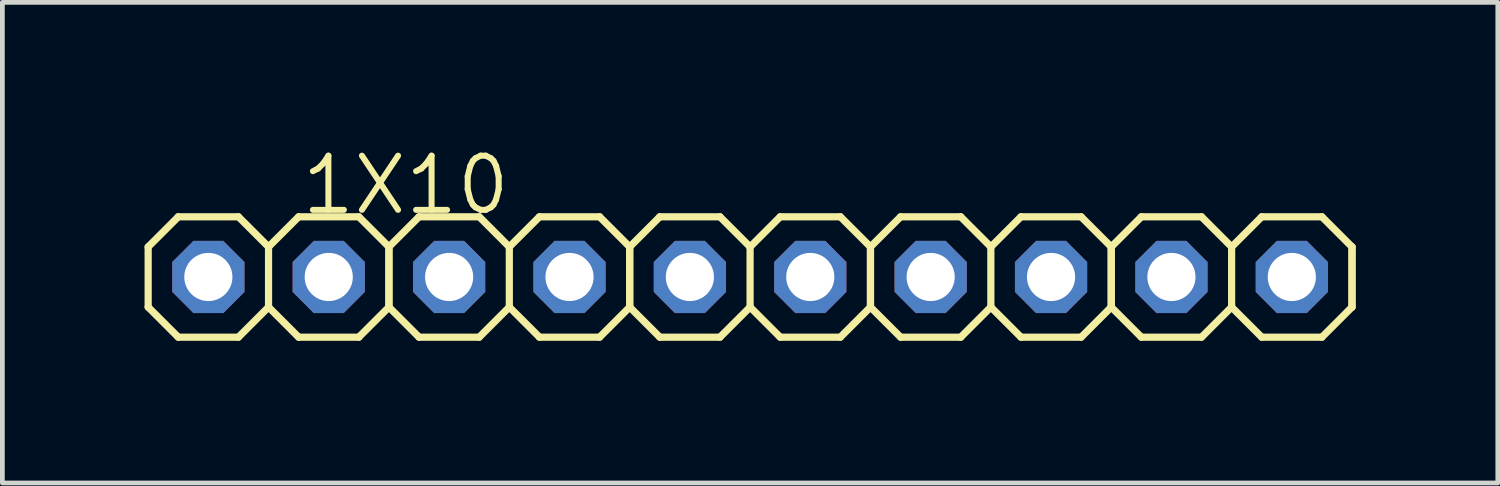
<source format=kicad_pcb>
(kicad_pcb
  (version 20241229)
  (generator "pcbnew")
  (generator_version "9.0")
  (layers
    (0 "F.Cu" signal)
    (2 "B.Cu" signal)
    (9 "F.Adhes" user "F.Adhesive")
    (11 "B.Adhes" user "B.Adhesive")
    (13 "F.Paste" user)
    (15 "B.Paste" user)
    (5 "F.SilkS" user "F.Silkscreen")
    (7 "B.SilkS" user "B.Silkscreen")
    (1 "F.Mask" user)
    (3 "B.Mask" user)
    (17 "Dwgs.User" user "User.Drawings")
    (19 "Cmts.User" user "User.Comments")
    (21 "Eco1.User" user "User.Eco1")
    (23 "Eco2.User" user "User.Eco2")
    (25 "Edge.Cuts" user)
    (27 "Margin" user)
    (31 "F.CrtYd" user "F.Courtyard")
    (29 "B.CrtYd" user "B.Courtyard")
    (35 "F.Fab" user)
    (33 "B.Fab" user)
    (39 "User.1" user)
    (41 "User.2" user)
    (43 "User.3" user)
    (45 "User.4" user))
  (footprint "1X10"
    (layer "F.Cu")
    (at 3.886 2.794)
    (property "Reference" "1X10" (at -0.635 -1.27 0) (layer "F.SilkS") (effects (font (size 1.143 1.143) (thickness 0.127)) (justify left bottom)))
    (attr through_hole)
    (fp_line (start -3.81 -0.635) (end -3.81 0.635) (stroke (width 0.152) (type solid)) (layer "F.SilkS"))
    (fp_line (start -3.81 0.635) (end -3.175 1.27) (stroke (width 0.152) (type solid)) (layer "F.SilkS"))
    (fp_line (start -3.175 -1.27) (end -3.81 -0.635) (stroke (width 0.152) (type solid)) (layer "F.SilkS"))
    (fp_line (start -3.175 -1.27) (end -1.905 -1.27) (stroke (width 0.152) (type solid)) (layer "F.SilkS"))
    (fp_line (start -1.905 -1.27) (end -1.27 -0.635) (stroke (width 0.152) (type solid)) (layer "F.SilkS"))
    (fp_line (start -1.905 1.27) (end -3.175 1.27) (stroke (width 0.152) (type solid)) (layer "F.SilkS"))
    (fp_line (start -1.27 -0.635) (end -1.27 0.635) (stroke (width 0.152) (type solid)) (layer "F.SilkS"))
    (fp_line (start -1.27 -0.635) (end -0.635 -1.27) (stroke (width 0.152) (type solid)) (layer "F.SilkS"))
    (fp_line (start -1.27 0.635) (end -1.905 1.27) (stroke (width 0.152) (type solid)) (layer "F.SilkS"))
    (fp_line (start -0.635 -1.27) (end 0.635 -1.27) (stroke (width 0.152) (type solid)) (layer "F.SilkS"))
    (fp_line (start -0.635 1.27) (end -1.27 0.635) (stroke (width 0.152) (type solid)) (layer "F.SilkS"))
    (fp_line (start 0.635 -1.27) (end 1.27 -0.635) (stroke (width 0.152) (type solid)) (layer "F.SilkS"))
    (fp_line (start 0.635 1.27) (end -0.635 1.27) (stroke (width 0.152) (type solid)) (layer "F.SilkS"))
    (fp_line (start 1.27 -0.635) (end 1.27 0.635) (stroke (width 0.152) (type solid)) (layer "F.SilkS"))
    (fp_line (start 1.27 -0.635) (end 1.27 0.635) (stroke (width 0.152) (type solid)) (layer "F.SilkS"))
    (fp_line (start 1.27 0.635) (end 0.635 1.27) (stroke (width 0.152) (type solid)) (layer "F.SilkS"))
    (fp_line (start 1.27 0.635) (end 1.905 1.27) (stroke (width 0.152) (type solid)) (layer "F.SilkS"))
    (fp_line (start 1.905 -1.27) (end 1.27 -0.635) (stroke (width 0.152) (type solid)) (layer "F.SilkS"))
    (fp_line (start 1.905 -1.27) (end 3.175 -1.27) (stroke (width 0.152) (type solid)) (layer "F.SilkS"))
    (fp_line (start 3.175 -1.27) (end 3.81 -0.635) (stroke (width 0.152) (type solid)) (layer "F.SilkS"))
    (fp_line (start 3.175 1.27) (end 1.905 1.27) (stroke (width 0.152) (type solid)) (layer "F.SilkS"))
    (fp_line (start 3.81 -0.635) (end 3.81 0.635) (stroke (width 0.152) (type solid)) (layer "F.SilkS"))
    (fp_line (start 3.81 -0.635) (end 4.445 -1.27) (stroke (width 0.152) (type solid)) (layer "F.SilkS"))
    (fp_line (start 3.81 0.635) (end 3.175 1.27) (stroke (width 0.152) (type solid)) (layer "F.SilkS"))
    (fp_line (start 4.445 -1.27) (end 5.715 -1.27) (stroke (width 0.152) (type solid)) (layer "F.SilkS"))
    (fp_line (start 4.445 1.27) (end 3.81 0.635) (stroke (width 0.152) (type solid)) (layer "F.SilkS"))
    (fp_line (start 5.715 -1.27) (end 6.35 -0.635) (stroke (width 0.152) (type solid)) (layer "F.SilkS"))
    (fp_line (start 5.715 1.27) (end 4.445 1.27) (stroke (width 0.152) (type solid)) (layer "F.SilkS"))
    (fp_line (start 6.35 -0.635) (end 6.35 0.635) (stroke (width 0.152) (type solid)) (layer "F.SilkS"))
    (fp_line (start 6.35 -0.635) (end 6.35 0.635) (stroke (width 0.152) (type solid)) (layer "F.SilkS"))
    (fp_line (start 6.35 0.635) (end 5.715 1.27) (stroke (width 0.152) (type solid)) (layer "F.SilkS"))
    (fp_line (start 6.35 0.635) (end 6.985 1.27) (stroke (width 0.152) (type solid)) (layer "F.SilkS"))
    (fp_line (start 6.985 -1.27) (end 6.35 -0.635) (stroke (width 0.152) (type solid)) (layer "F.SilkS"))
    (fp_line (start 6.985 -1.27) (end 8.255 -1.27) (stroke (width 0.152) (type solid)) (layer "F.SilkS"))
    (fp_line (start 8.255 -1.27) (end 8.89 -0.635) (stroke (width 0.152) (type solid)) (layer "F.SilkS"))
    (fp_line (start 8.255 1.27) (end 6.985 1.27) (stroke (width 0.152) (type solid)) (layer "F.SilkS"))
    (fp_line (start 8.89 -0.635) (end 8.89 0.635) (stroke (width 0.152) (type solid)) (layer "F.SilkS"))
    (fp_line (start 8.89 -0.635) (end 9.525 -1.27) (stroke (width 0.152) (type solid)) (layer "F.SilkS"))
    (fp_line (start 8.89 0.635) (end 8.255 1.27) (stroke (width 0.152) (type solid)) (layer "F.SilkS"))
    (fp_line (start 9.525 -1.27) (end 10.795 -1.27) (stroke (width 0.152) (type solid)) (layer "F.SilkS"))
    (fp_line (start 9.525 1.27) (end 8.89 0.635) (stroke (width 0.152) (type solid)) (layer "F.SilkS"))
    (fp_line (start 10.795 -1.27) (end 11.43 -0.635) (stroke (width 0.152) (type solid)) (layer "F.SilkS"))
    (fp_line (start 10.795 1.27) (end 9.525 1.27) (stroke (width 0.152) (type solid)) (layer "F.SilkS"))
    (fp_line (start 11.43 -0.635) (end 11.43 0.635) (stroke (width 0.152) (type solid)) (layer "F.SilkS"))
    (fp_line (start 11.43 -0.635) (end 11.43 0.635) (stroke (width 0.152) (type solid)) (layer "F.SilkS"))
    (fp_line (start 11.43 0.635) (end 10.795 1.27) (stroke (width 0.152) (type solid)) (layer "F.SilkS"))
    (fp_line (start 11.43 0.635) (end 12.065 1.27) (stroke (width 0.152) (type solid)) (layer "F.SilkS"))
    (fp_line (start 12.065 -1.27) (end 11.43 -0.635) (stroke (width 0.152) (type solid)) (layer "F.SilkS"))
    (fp_line (start 12.065 -1.27) (end 13.335 -1.27) (stroke (width 0.152) (type solid)) (layer "F.SilkS"))
    (fp_line (start 13.335 -1.27) (end 13.97 -0.635) (stroke (width 0.152) (type solid)) (layer "F.SilkS"))
    (fp_line (start 13.335 1.27) (end 12.065 1.27) (stroke (width 0.152) (type solid)) (layer "F.SilkS"))
    (fp_line (start 13.97 -0.635) (end 13.97 0.635) (stroke (width 0.152) (type solid)) (layer "F.SilkS"))
    (fp_line (start 13.97 -0.635) (end 14.605 -1.27) (stroke (width 0.152) (type solid)) (layer "F.SilkS"))
    (fp_line (start 13.97 0.635) (end 13.335 1.27) (stroke (width 0.152) (type solid)) (layer "F.SilkS"))
    (fp_line (start 14.605 -1.27) (end 15.875 -1.27) (stroke (width 0.152) (type solid)) (layer "F.SilkS"))
    (fp_line (start 14.605 1.27) (end 13.97 0.635) (stroke (width 0.152) (type solid)) (layer "F.SilkS"))
    (fp_line (start 15.875 -1.27) (end 16.51 -0.635) (stroke (width 0.152) (type solid)) (layer "F.SilkS"))
    (fp_line (start 15.875 1.27) (end 14.605 1.27) (stroke (width 0.152) (type solid)) (layer "F.SilkS"))
    (fp_line (start 16.51 -0.635) (end 16.51 0.635) (stroke (width 0.152) (type solid)) (layer "F.SilkS"))
    (fp_line (start 16.51 -0.635) (end 16.51 0.635) (stroke (width 0.152) (type solid)) (layer "F.SilkS"))
    (fp_line (start 16.51 0.635) (end 15.875 1.27) (stroke (width 0.152) (type solid)) (layer "F.SilkS"))
    (fp_line (start 16.51 0.635) (end 17.145 1.27) (stroke (width 0.152) (type solid)) (layer "F.SilkS"))
    (fp_line (start 17.145 -1.27) (end 16.51 -0.635) (stroke (width 0.152) (type solid)) (layer "F.SilkS"))
    (fp_line (start 17.145 -1.27) (end 18.415 -1.27) (stroke (width 0.152) (type solid)) (layer "F.SilkS"))
    (fp_line (start 18.415 -1.27) (end 19.05 -0.635) (stroke (width 0.152) (type solid)) (layer "F.SilkS"))
    (fp_line (start 18.415 1.27) (end 17.145 1.27) (stroke (width 0.152) (type solid)) (layer "F.SilkS"))
    (fp_line (start 19.05 -0.635) (end 19.05 0.635) (stroke (width 0.152) (type solid)) (layer "F.SilkS"))
    (fp_line (start 19.05 -0.635) (end 19.685 -1.27) (stroke (width 0.152) (type solid)) (layer "F.SilkS"))
    (fp_line (start 19.05 0.635) (end 18.415 1.27) (stroke (width 0.152) (type solid)) (layer "F.SilkS"))
    (fp_line (start 19.685 -1.27) (end 20.955 -1.27) (stroke (width 0.152) (type solid)) (layer "F.SilkS"))
    (fp_line (start 19.685 1.27) (end 19.05 0.635) (stroke (width 0.152) (type solid)) (layer "F.SilkS"))
    (fp_line (start 20.955 -1.27) (end 21.59 -0.635) (stroke (width 0.152) (type solid)) (layer "F.SilkS"))
    (fp_line (start 20.955 1.27) (end 19.685 1.27) (stroke (width 0.152) (type solid)) (layer "F.SilkS"))
    (fp_line (start 21.59 -0.635) (end 21.59 0.635) (stroke (width 0.152) (type solid)) (layer "F.SilkS"))
    (fp_line (start 21.59 -0.635) (end 21.59 0.635) (stroke (width 0.152) (type solid)) (layer "F.SilkS"))
    (fp_line (start 21.59 0.635) (end 20.955 1.27) (stroke (width 0.152) (type solid)) (layer "F.SilkS"))
    (fp_poly (pts (xy -2.794 0.254) (xy -2.286 0.254) (xy -2.286 -0.254) (xy -2.794 -0.254)) (stroke (width 0.1) (type default)) (fill no) (layer "F.Fab"))
    (fp_poly (pts (xy -0.254 0.254) (xy 0.254 0.254) (xy 0.254 -0.254) (xy -0.254 -0.254)) (stroke (width 0.1) (type default)) (fill no) (layer "F.Fab"))
    (fp_poly (pts (xy 2.286 0.254) (xy 2.794 0.254) (xy 2.794 -0.254) (xy 2.286 -0.254)) (stroke (width 0.1) (type default)) (fill no) (layer "F.Fab"))
    (fp_poly (pts (xy 4.826 0.254) (xy 5.334 0.254) (xy 5.334 -0.254) (xy 4.826 -0.254)) (stroke (width 0.1) (type default)) (fill no) (layer "F.Fab"))
    (fp_poly (pts (xy 7.366 0.254) (xy 7.874 0.254) (xy 7.874 -0.254) (xy 7.366 -0.254)) (stroke (width 0.1) (type default)) (fill no) (layer "F.Fab"))
    (fp_poly (pts (xy 9.906 0.254) (xy 10.414 0.254) (xy 10.414 -0.254) (xy 9.906 -0.254)) (stroke (width 0.1) (type default)) (fill no) (layer "F.Fab"))
    (fp_poly (pts (xy 12.446 0.254) (xy 12.954 0.254) (xy 12.954 -0.254) (xy 12.446 -0.254)) (stroke (width 0.1) (type default)) (fill no) (layer "F.Fab"))
    (fp_poly (pts (xy 14.986 0.254) (xy 15.494 0.254) (xy 15.494 -0.254) (xy 14.986 -0.254)) (stroke (width 0.1) (type default)) (fill no) (layer "F.Fab"))
    (fp_poly (pts (xy 17.526 0.254) (xy 18.034 0.254) (xy 18.034 -0.254) (xy 17.526 -0.254)) (stroke (width 0.1) (type default)) (fill no) (layer "F.Fab"))
    (fp_poly (pts (xy 20.066 0.254) (xy 20.574 0.254) (xy 20.574 -0.254) (xy 20.066 -0.254)) (stroke (width 0.1) (type default)) (fill no) (layer "F.Fab"))
    (pad "1" thru_hole roundrect (at -2.54 0 90) (size 1.524 1.524) (drill 1.016) (layers "*.Cu" "*.Mask") (roundrect_rratio 0.25) (chamfer_ratio 0.293) (chamfer top_left top_right bottom_left bottom_right))
    (pad "2" thru_hole roundrect (at 0 0 90) (size 1.524 1.524) (drill 1.016) (layers "*.Cu" "*.Mask") (roundrect_rratio 0.25) (chamfer_ratio 0.293) (chamfer top_left top_right bottom_left bottom_right))
    (pad "3" thru_hole roundrect (at 2.54 0 90) (size 1.524 1.524) (drill 1.016) (layers "*.Cu" "*.Mask") (roundrect_rratio 0.25) (chamfer_ratio 0.293) (chamfer top_left top_right bottom_left bottom_right))
    (pad "4" thru_hole roundrect (at 5.08 0 90) (size 1.524 1.524) (drill 1.016) (layers "*.Cu" "*.Mask") (roundrect_rratio 0.25) (chamfer_ratio 0.293) (chamfer top_left top_right bottom_left bottom_right))
    (pad "5" thru_hole roundrect (at 7.62 0 90) (size 1.524 1.524) (drill 1.016) (layers "*.Cu" "*.Mask") (roundrect_rratio 0.25) (chamfer_ratio 0.293) (chamfer top_left top_right bottom_left bottom_right))
    (pad "6" thru_hole roundrect (at 10.16 0 90) (size 1.524 1.524) (drill 1.016) (layers "*.Cu" "*.Mask") (roundrect_rratio 0.25) (chamfer_ratio 0.293) (chamfer top_left top_right bottom_left bottom_right))
    (pad "7" thru_hole roundrect (at 12.7 0 90) (size 1.524 1.524) (drill 1.016) (layers "*.Cu" "*.Mask") (roundrect_rratio 0.25) (chamfer_ratio 0.293) (chamfer top_left top_right bottom_left bottom_right))
    (pad "8" thru_hole roundrect (at 15.24 0 90) (size 1.524 1.524) (drill 1.016) (layers "*.Cu" "*.Mask") (roundrect_rratio 0.25) (chamfer_ratio 0.293) (chamfer top_left top_right bottom_left bottom_right))
    (pad "9" thru_hole roundrect (at 17.78 0 90) (size 1.524 1.524) (drill 1.016) (layers "*.Cu" "*.Mask") (roundrect_rratio 0.25) (chamfer_ratio 0.293) (chamfer top_left top_right bottom_left bottom_right))
    (pad "10" thru_hole roundrect (at 20.32 0 90) (size 1.524 1.524) (drill 1.016) (layers "*.Cu" "*.Mask") (roundrect_rratio 0.25) (chamfer_ratio 0.293) (chamfer top_left top_right bottom_left bottom_right)))
  (gr_rect
    (start -3 -3)
    (end 28.552 7.14)
    (stroke (width 0.1) (type default))
    (fill no)
    (layer "Edge.Cuts")))
</source>
